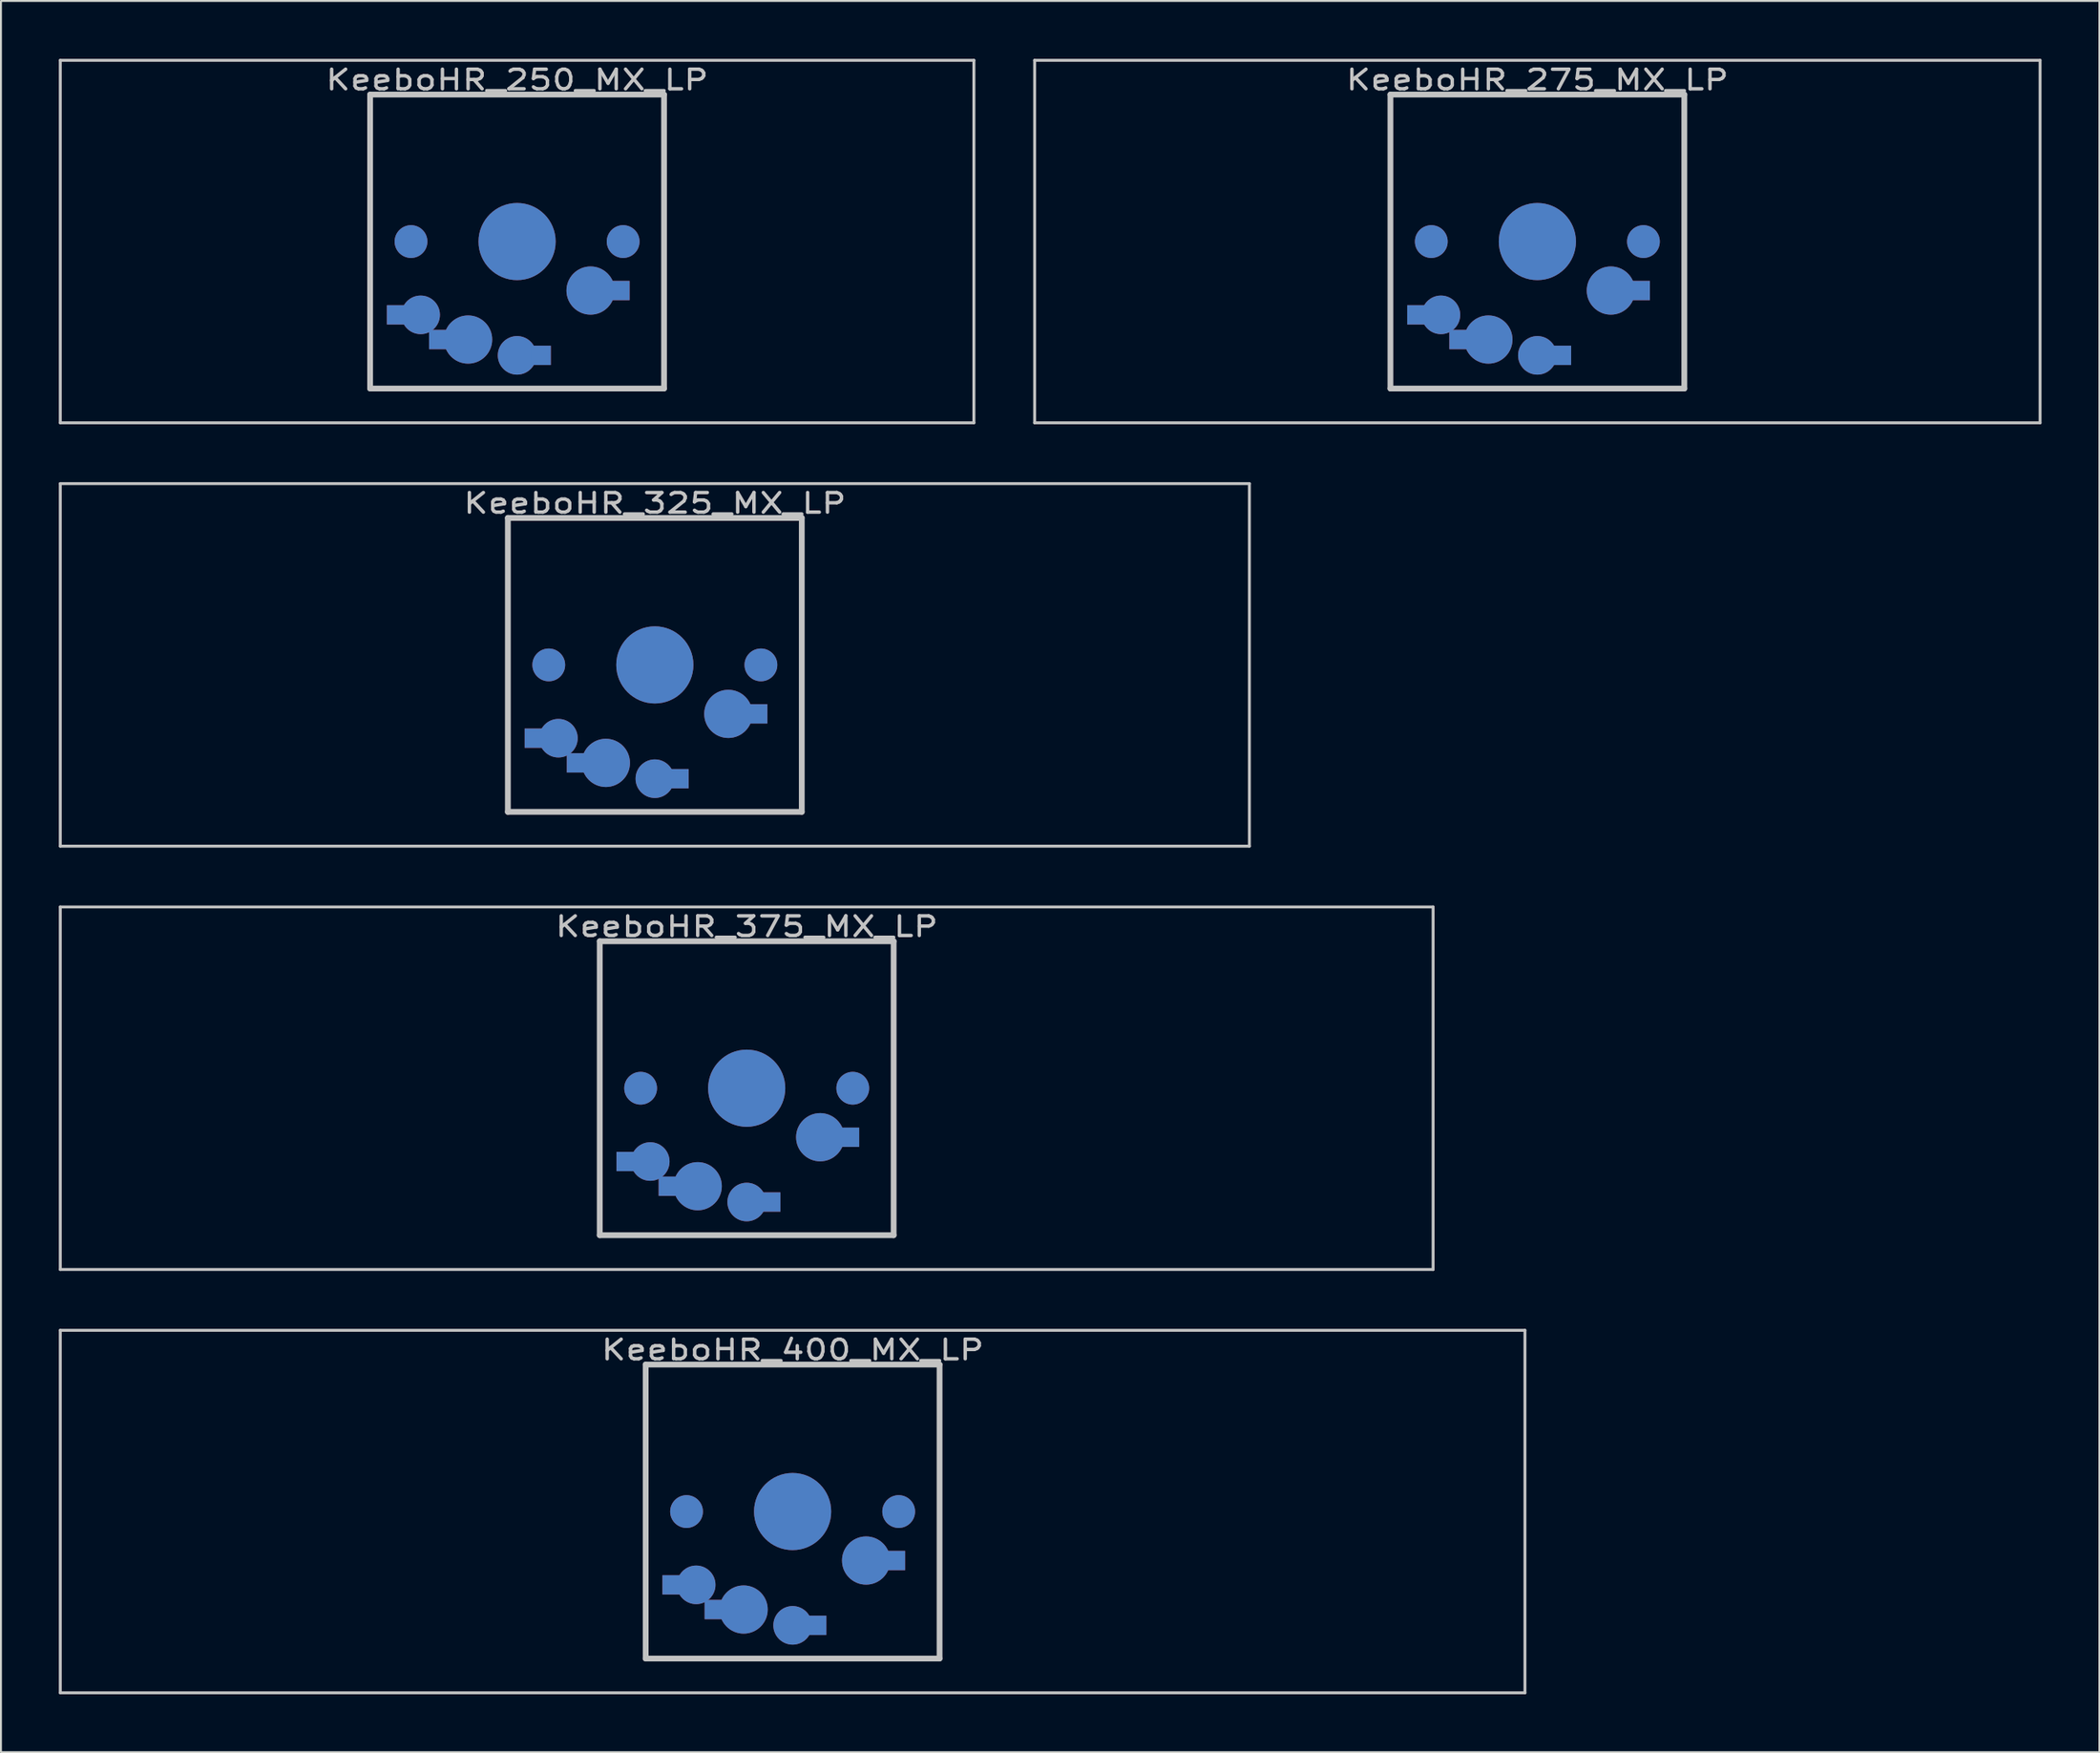
<source format=kicad_pcb>
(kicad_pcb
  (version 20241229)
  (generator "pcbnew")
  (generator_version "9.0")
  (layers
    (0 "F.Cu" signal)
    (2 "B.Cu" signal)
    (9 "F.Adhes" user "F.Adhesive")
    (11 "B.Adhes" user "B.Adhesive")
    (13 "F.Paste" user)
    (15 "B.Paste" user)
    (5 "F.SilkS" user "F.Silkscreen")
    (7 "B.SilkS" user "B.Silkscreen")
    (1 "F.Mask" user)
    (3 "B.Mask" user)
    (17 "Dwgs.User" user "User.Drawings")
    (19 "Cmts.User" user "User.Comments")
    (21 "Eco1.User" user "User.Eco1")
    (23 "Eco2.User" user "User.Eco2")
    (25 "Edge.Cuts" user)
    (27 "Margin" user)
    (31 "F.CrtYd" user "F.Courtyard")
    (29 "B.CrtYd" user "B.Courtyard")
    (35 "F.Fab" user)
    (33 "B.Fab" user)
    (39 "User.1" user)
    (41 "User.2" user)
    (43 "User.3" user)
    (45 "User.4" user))
  (footprint "KeeboHR_275_MX_LP"
    (layer "F.Cu")
    (at 76.666 9.474)
    (property "Reference" "KeeboHR_275_MX_LP" (at 0 -8.382 0) (layer "Dwgs.User") (effects (font (size 1.016 1.27) (thickness 0.178))))
    (attr through_hole)
    (fp_line (start -26.067 -9.398) (end 26.067 -9.398) (stroke (width 0.152) (type solid)) (layer "Dwgs.User"))
    (fp_line (start -26.067 9.398) (end -26.067 -9.398) (stroke (width 0.152) (type solid)) (layer "Dwgs.User"))
    (fp_line (start -7.62 -7.62) (end 7.62 -7.62) (stroke (width 0.3) (type solid)) (layer "Dwgs.User"))
    (fp_line (start -7.62 7.62) (end -7.62 -7.62) (stroke (width 0.3) (type solid)) (layer "Dwgs.User"))
    (fp_line (start 7.62 -7.62) (end 7.62 7.62) (stroke (width 0.3) (type solid)) (layer "Dwgs.User"))
    (fp_line (start 7.62 7.62) (end -7.62 7.62) (stroke (width 0.3) (type solid)) (layer "Dwgs.User"))
    (fp_line (start 26.067 -9.398) (end 26.067 9.398) (stroke (width 0.152) (type solid)) (layer "Dwgs.User"))
    (fp_line (start 26.067 9.398) (end -26.067 9.398) (stroke (width 0.152) (type solid)) (layer "Dwgs.User"))
    (pad "" smd circle (at -5.5 0) (size 1.7 1.7) (layers "*.Cu" "*.Mask"))
    (pad "" smd circle (at 0 0) (size 4 4) (layers "*.Cu" "*.Mask"))
    (pad "" smd circle (at 5.5 0) (size 1.7 1.7) (layers "*.Cu" "*.Mask"))
    (pad "1" smd circle (at 0 5.9) (size 2 2) (layers "*.Cu" "*.Mask"))
    (pad "1" smd rect (at 1.25 5.9) (size 1 1) (layers "*.Cu" "*.Mask"))
    (pad "1" smd circle (at 3.81 2.54) (size 2.5 2.5) (layers "*.Cu" "*.Mask"))
    (pad "1" smd rect (at 5.334 2.54) (size 1 1) (layers "*.Cu" "*.Mask"))
    (pad "2" smd rect (at -6.25 3.8) (size 1 1) (layers "*.Cu" "*.Mask"))
    (pad "2" smd circle (at -5 3.8) (size 2 2) (layers "*.Cu" "*.Mask"))
    (pad "2" smd rect (at -4.064 5.08) (size 1 1) (layers "*.Cu" "*.Mask"))
    (pad "2" smd circle (at -2.54 5.08) (size 2.5 2.5) (layers "*.Cu" "*.Mask")))
  (footprint "KeeboHR_325_MX_LP"
    (layer "F.Cu")
    (at 30.905 31.423)
    (property "Reference" "KeeboHR_325_MX_LP" (at 0 -8.382 0) (layer "Dwgs.User") (effects (font (size 1.016 1.27) (thickness 0.178))))
    (attr through_hole)
    (fp_line (start -30.829 -9.398) (end 30.829 -9.398) (stroke (width 0.152) (type solid)) (layer "Dwgs.User"))
    (fp_line (start -30.829 9.398) (end -30.829 -9.398) (stroke (width 0.152) (type solid)) (layer "Dwgs.User"))
    (fp_line (start -7.62 -7.62) (end 7.62 -7.62) (stroke (width 0.3) (type solid)) (layer "Dwgs.User"))
    (fp_line (start -7.62 7.62) (end -7.62 -7.62) (stroke (width 0.3) (type solid)) (layer "Dwgs.User"))
    (fp_line (start 7.62 -7.62) (end 7.62 7.62) (stroke (width 0.3) (type solid)) (layer "Dwgs.User"))
    (fp_line (start 7.62 7.62) (end -7.62 7.62) (stroke (width 0.3) (type solid)) (layer "Dwgs.User"))
    (fp_line (start 30.829 -9.398) (end 30.829 9.398) (stroke (width 0.152) (type solid)) (layer "Dwgs.User"))
    (fp_line (start 30.829 9.398) (end -30.829 9.398) (stroke (width 0.152) (type solid)) (layer "Dwgs.User"))
    (pad "" smd circle (at -5.5 0) (size 1.7 1.7) (layers "*.Cu" "*.Mask"))
    (pad "" smd circle (at 0 0) (size 4 4) (layers "*.Cu" "*.Mask"))
    (pad "" smd circle (at 5.5 0) (size 1.7 1.7) (layers "*.Cu" "*.Mask"))
    (pad "1" smd circle (at 0 5.9) (size 2 2) (layers "*.Cu" "*.Mask"))
    (pad "1" smd rect (at 1.25 5.9) (size 1 1) (layers "*.Cu" "*.Mask"))
    (pad "1" smd circle (at 3.81 2.54) (size 2.5 2.5) (layers "*.Cu" "*.Mask"))
    (pad "1" smd rect (at 5.334 2.54) (size 1 1) (layers "*.Cu" "*.Mask"))
    (pad "2" smd rect (at -6.25 3.8) (size 1 1) (layers "*.Cu" "*.Mask"))
    (pad "2" smd circle (at -5 3.8) (size 2 2) (layers "*.Cu" "*.Mask"))
    (pad "2" smd rect (at -4.064 5.08) (size 1 1) (layers "*.Cu" "*.Mask"))
    (pad "2" smd circle (at -2.54 5.08) (size 2.5 2.5) (layers "*.Cu" "*.Mask")))
  (footprint "KeeboHR_400_MX_LP"
    (layer "F.Cu")
    (at 38.049 75.319)
    (property "Reference" "KeeboHR_400_MX_LP" (at 0 -8.382 0) (layer "Dwgs.User") (effects (font (size 1.016 1.27) (thickness 0.178))))
    (attr through_hole)
    (fp_line (start -37.973 -9.398) (end 37.973 -9.398) (stroke (width 0.152) (type solid)) (layer "Dwgs.User"))
    (fp_line (start -37.973 9.398) (end -37.973 -9.398) (stroke (width 0.152) (type solid)) (layer "Dwgs.User"))
    (fp_line (start -7.62 -7.62) (end 7.62 -7.62) (stroke (width 0.3) (type solid)) (layer "Dwgs.User"))
    (fp_line (start -7.62 7.62) (end -7.62 -7.62) (stroke (width 0.3) (type solid)) (layer "Dwgs.User"))
    (fp_line (start 7.62 -7.62) (end 7.62 7.62) (stroke (width 0.3) (type solid)) (layer "Dwgs.User"))
    (fp_line (start 7.62 7.62) (end -7.62 7.62) (stroke (width 0.3) (type solid)) (layer "Dwgs.User"))
    (fp_line (start 37.973 -9.398) (end 37.973 9.398) (stroke (width 0.152) (type solid)) (layer "Dwgs.User"))
    (fp_line (start 37.973 9.398) (end -37.973 9.398) (stroke (width 0.152) (type solid)) (layer "Dwgs.User"))
    (pad "" smd circle (at -5.5 0) (size 1.7 1.7) (layers "*.Cu" "*.Mask"))
    (pad "" smd circle (at 0 0) (size 4 4) (layers "*.Cu" "*.Mask"))
    (pad "" smd circle (at 5.5 0) (size 1.7 1.7) (layers "*.Cu" "*.Mask"))
    (pad "1" smd circle (at 0 5.9) (size 2 2) (layers "*.Cu" "*.Mask"))
    (pad "1" smd rect (at 1.25 5.9) (size 1 1) (layers "*.Cu" "*.Mask"))
    (pad "1" smd circle (at 3.81 2.54) (size 2.5 2.5) (layers "*.Cu" "*.Mask"))
    (pad "1" smd rect (at 5.334 2.54) (size 1 1) (layers "*.Cu" "*.Mask"))
    (pad "2" smd rect (at -6.25 3.8) (size 1 1) (layers "*.Cu" "*.Mask"))
    (pad "2" smd circle (at -5 3.8) (size 2 2) (layers "*.Cu" "*.Mask"))
    (pad "2" smd rect (at -4.064 5.08) (size 1 1) (layers "*.Cu" "*.Mask"))
    (pad "2" smd circle (at -2.54 5.08) (size 2.5 2.5) (layers "*.Cu" "*.Mask")))
  (footprint "KeeboHR_250_MX_LP"
    (layer "F.Cu")
    (at 23.762 9.474)
    (property "Reference" "KeeboHR_250_MX_LP" (at 0 -8.382 0) (layer "Dwgs.User") (effects (font (size 1.016 1.27) (thickness 0.178))))
    (attr through_hole)
    (fp_line (start -23.686 -9.398) (end 23.686 -9.398) (stroke (width 0.152) (type solid)) (layer "Dwgs.User"))
    (fp_line (start -23.686 9.398) (end -23.686 -9.398) (stroke (width 0.152) (type solid)) (layer "Dwgs.User"))
    (fp_line (start -7.62 -7.62) (end 7.62 -7.62) (stroke (width 0.3) (type solid)) (layer "Dwgs.User"))
    (fp_line (start -7.62 7.62) (end -7.62 -7.62) (stroke (width 0.3) (type solid)) (layer "Dwgs.User"))
    (fp_line (start 7.62 -7.62) (end 7.62 7.62) (stroke (width 0.3) (type solid)) (layer "Dwgs.User"))
    (fp_line (start 7.62 7.62) (end -7.62 7.62) (stroke (width 0.3) (type solid)) (layer "Dwgs.User"))
    (fp_line (start 23.686 -9.398) (end 23.686 9.398) (stroke (width 0.152) (type solid)) (layer "Dwgs.User"))
    (fp_line (start 23.686 9.398) (end -23.686 9.398) (stroke (width 0.152) (type solid)) (layer "Dwgs.User"))
    (pad "" smd circle (at -5.5 0) (size 1.7 1.7) (layers "*.Cu" "*.Mask"))
    (pad "" smd circle (at 0 0) (size 4 4) (layers "*.Cu" "*.Mask"))
    (pad "" smd circle (at 5.5 0) (size 1.7 1.7) (layers "*.Cu" "*.Mask"))
    (pad "1" smd circle (at 0 5.9) (size 2 2) (layers "*.Cu" "*.Mask"))
    (pad "1" smd rect (at 1.25 5.9) (size 1 1) (layers "*.Cu" "*.Mask"))
    (pad "1" smd circle (at 3.81 2.54) (size 2.5 2.5) (layers "*.Cu" "*.Mask"))
    (pad "1" smd rect (at 5.334 2.54) (size 1 1) (layers "*.Cu" "*.Mask"))
    (pad "2" smd rect (at -6.25 3.8) (size 1 1) (layers "*.Cu" "*.Mask"))
    (pad "2" smd circle (at -5 3.8) (size 2 2) (layers "*.Cu" "*.Mask"))
    (pad "2" smd rect (at -4.064 5.08) (size 1 1) (layers "*.Cu" "*.Mask"))
    (pad "2" smd circle (at -2.54 5.08) (size 2.5 2.5) (layers "*.Cu" "*.Mask")))
  (footprint "KeeboHR_375_MX_LP"
    (layer "F.Cu")
    (at 35.668 53.371)
    (property "Reference" "KeeboHR_375_MX_LP" (at 0 -8.382 0) (layer "Dwgs.User") (effects (font (size 1.016 1.27) (thickness 0.178))))
    (attr through_hole)
    (fp_line (start -35.592 -9.398) (end 35.592 -9.398) (stroke (width 0.152) (type solid)) (layer "Dwgs.User"))
    (fp_line (start -35.592 9.398) (end -35.592 -9.398) (stroke (width 0.152) (type solid)) (layer "Dwgs.User"))
    (fp_line (start -7.62 -7.62) (end 7.62 -7.62) (stroke (width 0.3) (type solid)) (layer "Dwgs.User"))
    (fp_line (start -7.62 7.62) (end -7.62 -7.62) (stroke (width 0.3) (type solid)) (layer "Dwgs.User"))
    (fp_line (start 7.62 -7.62) (end 7.62 7.62) (stroke (width 0.3) (type solid)) (layer "Dwgs.User"))
    (fp_line (start 7.62 7.62) (end -7.62 7.62) (stroke (width 0.3) (type solid)) (layer "Dwgs.User"))
    (fp_line (start 35.592 -9.398) (end 35.592 9.398) (stroke (width 0.152) (type solid)) (layer "Dwgs.User"))
    (fp_line (start 35.592 9.398) (end -35.592 9.398) (stroke (width 0.152) (type solid)) (layer "Dwgs.User"))
    (pad "" smd circle (at -5.5 0) (size 1.7 1.7) (layers "*.Cu" "*.Mask"))
    (pad "" smd circle (at 0 0) (size 4 4) (layers "*.Cu" "*.Mask"))
    (pad "" smd circle (at 5.5 0) (size 1.7 1.7) (layers "*.Cu" "*.Mask"))
    (pad "1" smd circle (at 0 5.9) (size 2 2) (layers "*.Cu" "*.Mask"))
    (pad "1" smd rect (at 1.25 5.9) (size 1 1) (layers "*.Cu" "*.Mask"))
    (pad "1" smd circle (at 3.81 2.54) (size 2.5 2.5) (layers "*.Cu" "*.Mask"))
    (pad "1" smd rect (at 5.334 2.54) (size 1 1) (layers "*.Cu" "*.Mask"))
    (pad "2" smd rect (at -6.25 3.8) (size 1 1) (layers "*.Cu" "*.Mask"))
    (pad "2" smd circle (at -5 3.8) (size 2 2) (layers "*.Cu" "*.Mask"))
    (pad "2" smd rect (at -4.064 5.08) (size 1 1) (layers "*.Cu" "*.Mask"))
    (pad "2" smd circle (at -2.54 5.08) (size 2.5 2.5) (layers "*.Cu" "*.Mask")))
  (gr_rect
    (start -3 -3)
    (end 105.809 87.794)
    (stroke (width 0.1) (type default))
    (fill no)
    (layer "Edge.Cuts")))
</source>
